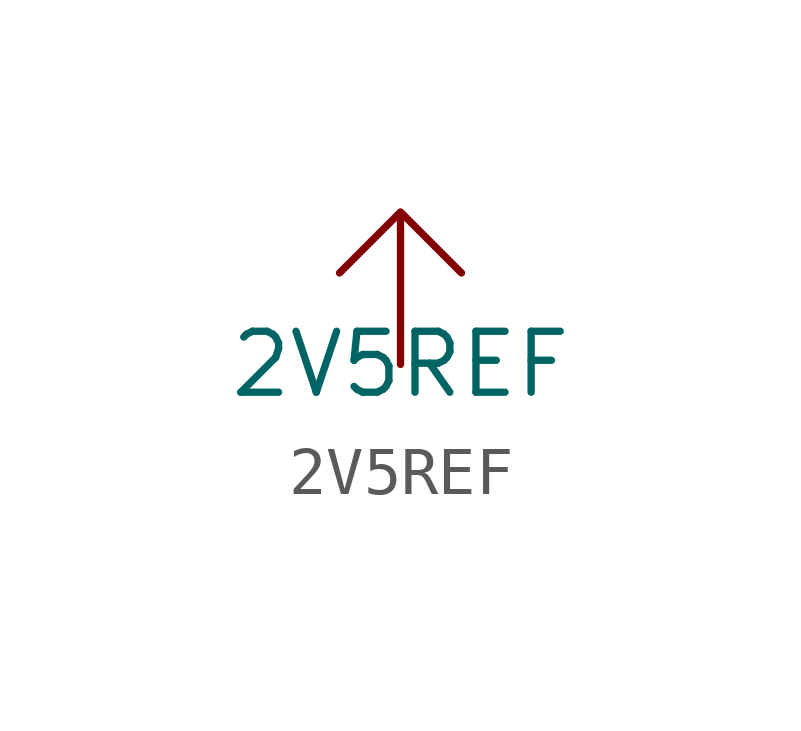
<source format=kicad_sym>
(kicad_symbol_lib
  (version 20231120)
  (generator "kicad_symbol_editor")
  (generator_version "8.0")
  (symbol "2V5REF"
    (power)
    (property "Reference" "#PWR"
      (at 0 0 0)
      (effects (font (size 1.27 1.27)) (hide yes)))
    (property "Value" "2V5REF"
      (at 0 0 0)
      (effects (font (size 1.27 1.27))))
    (symbol "2V5REF_0_1"
      (polyline (pts (xy 0 0) (xy 0 3.175) (xy -1.27 1.905) (xy 0 3.175) (xy 1.27 1.905)) (stroke (width 0) (type default)) (fill (type none))))
    (symbol "2V5REF_1_1"
      (pin power_out line (at 0 0 90) (length 2.54) hide (name "2V5REF" (effects (font (size 1.27 1.27)))) (number "" (effects (font (size 1.27 1.27))))))))
</source>
